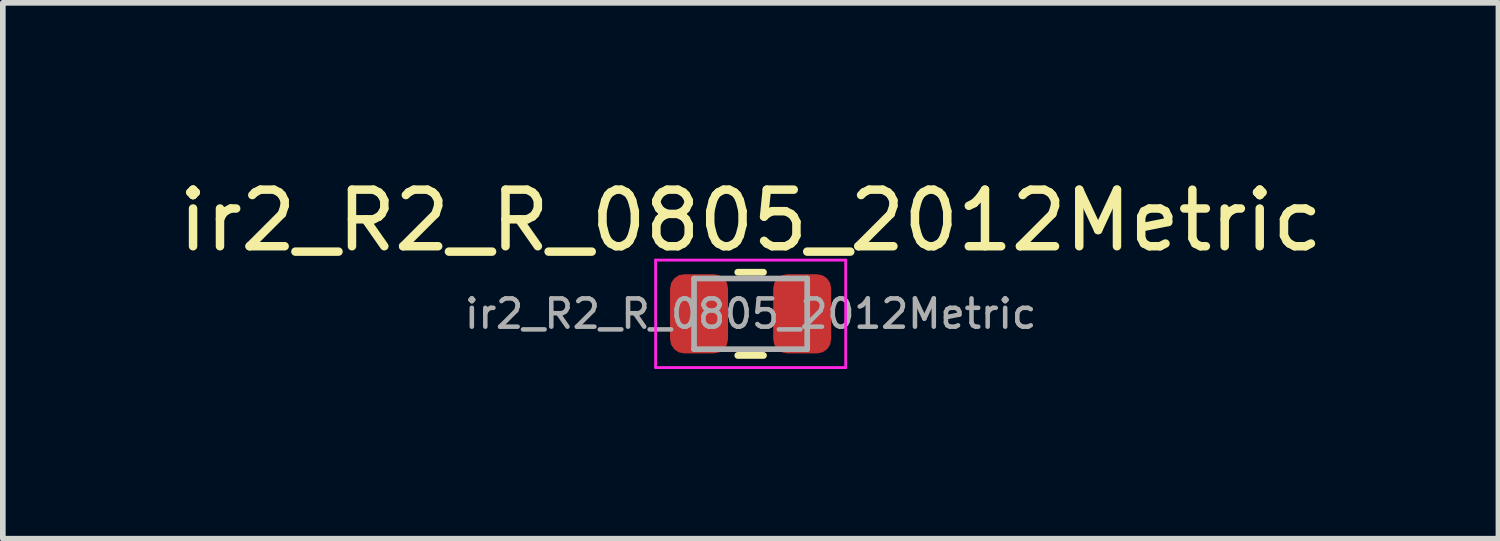
<source format=kicad_pcb>
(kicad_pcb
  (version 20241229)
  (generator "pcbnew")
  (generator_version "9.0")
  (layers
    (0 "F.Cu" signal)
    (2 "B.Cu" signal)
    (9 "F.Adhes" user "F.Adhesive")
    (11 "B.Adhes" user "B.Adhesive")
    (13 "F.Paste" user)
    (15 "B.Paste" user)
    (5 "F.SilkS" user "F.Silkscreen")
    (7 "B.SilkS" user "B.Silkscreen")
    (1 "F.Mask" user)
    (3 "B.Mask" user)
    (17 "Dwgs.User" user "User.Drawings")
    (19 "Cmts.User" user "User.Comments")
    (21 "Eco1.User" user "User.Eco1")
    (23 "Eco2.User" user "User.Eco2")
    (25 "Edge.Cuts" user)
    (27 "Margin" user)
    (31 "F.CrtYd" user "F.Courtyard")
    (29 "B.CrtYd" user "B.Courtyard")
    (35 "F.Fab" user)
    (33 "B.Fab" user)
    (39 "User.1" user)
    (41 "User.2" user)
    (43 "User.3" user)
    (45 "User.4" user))
  (footprint "ir2_R2_R_0805_2012Metric"
    (layer "F.Cu")
    (at 10.22 2.498)
    (property "Reference" "ir2_R2_R_0805_2012Metric" (at 0 -1.65 0) (layer "F.SilkS") (effects (font (size 1 1) (thickness 0.15))))
    (attr smd)
    (fp_line (start -0.227 -0.735) (end 0.227 -0.735) (stroke (width 0.12) (type solid)) (layer "F.SilkS"))
    (fp_line (start -0.227 0.735) (end 0.227 0.735) (stroke (width 0.12) (type solid)) (layer "F.SilkS"))
    (fp_line (start -1.68 -0.95) (end 1.68 -0.95) (stroke (width 0.05) (type solid)) (layer "F.CrtYd"))
    (fp_line (start -1.68 0.95) (end -1.68 -0.95) (stroke (width 0.05) (type solid)) (layer "F.CrtYd"))
    (fp_line (start 1.68 -0.95) (end 1.68 0.95) (stroke (width 0.05) (type solid)) (layer "F.CrtYd"))
    (fp_line (start 1.68 0.95) (end -1.68 0.95) (stroke (width 0.05) (type solid)) (layer "F.CrtYd"))
    (fp_line (start -1 -0.625) (end 1 -0.625) (stroke (width 0.1) (type solid)) (layer "F.Fab"))
    (fp_line (start -1 0.625) (end -1 -0.625) (stroke (width 0.1) (type solid)) (layer "F.Fab"))
    (fp_line (start 1 -0.625) (end 1 0.625) (stroke (width 0.1) (type solid)) (layer "F.Fab"))
    (fp_line (start 1 0.625) (end -1 0.625) (stroke (width 0.1) (type solid)) (layer "F.Fab"))
    (fp_text user "${REFERENCE}" (at 0 0 0) (layer "F.Fab") (effects (font (size 0.5 0.5) (thickness 0.08))))
    (pad "1" smd roundrect (at -0.912 0) (size 1.025 1.4) (layers "F.Cu" "F.Mask" "F.Paste") (roundrect_rratio 0.244))
    (pad "2" smd roundrect (at 0.912 0) (size 1.025 1.4) (layers "F.Cu" "F.Mask" "F.Paste") (roundrect_rratio 0.244)))
  (gr_rect
    (start -3 -3)
    (end 23.44 6.473)
    (stroke (width 0.1) (type default))
    (fill no)
    (layer "Edge.Cuts")))
</source>
